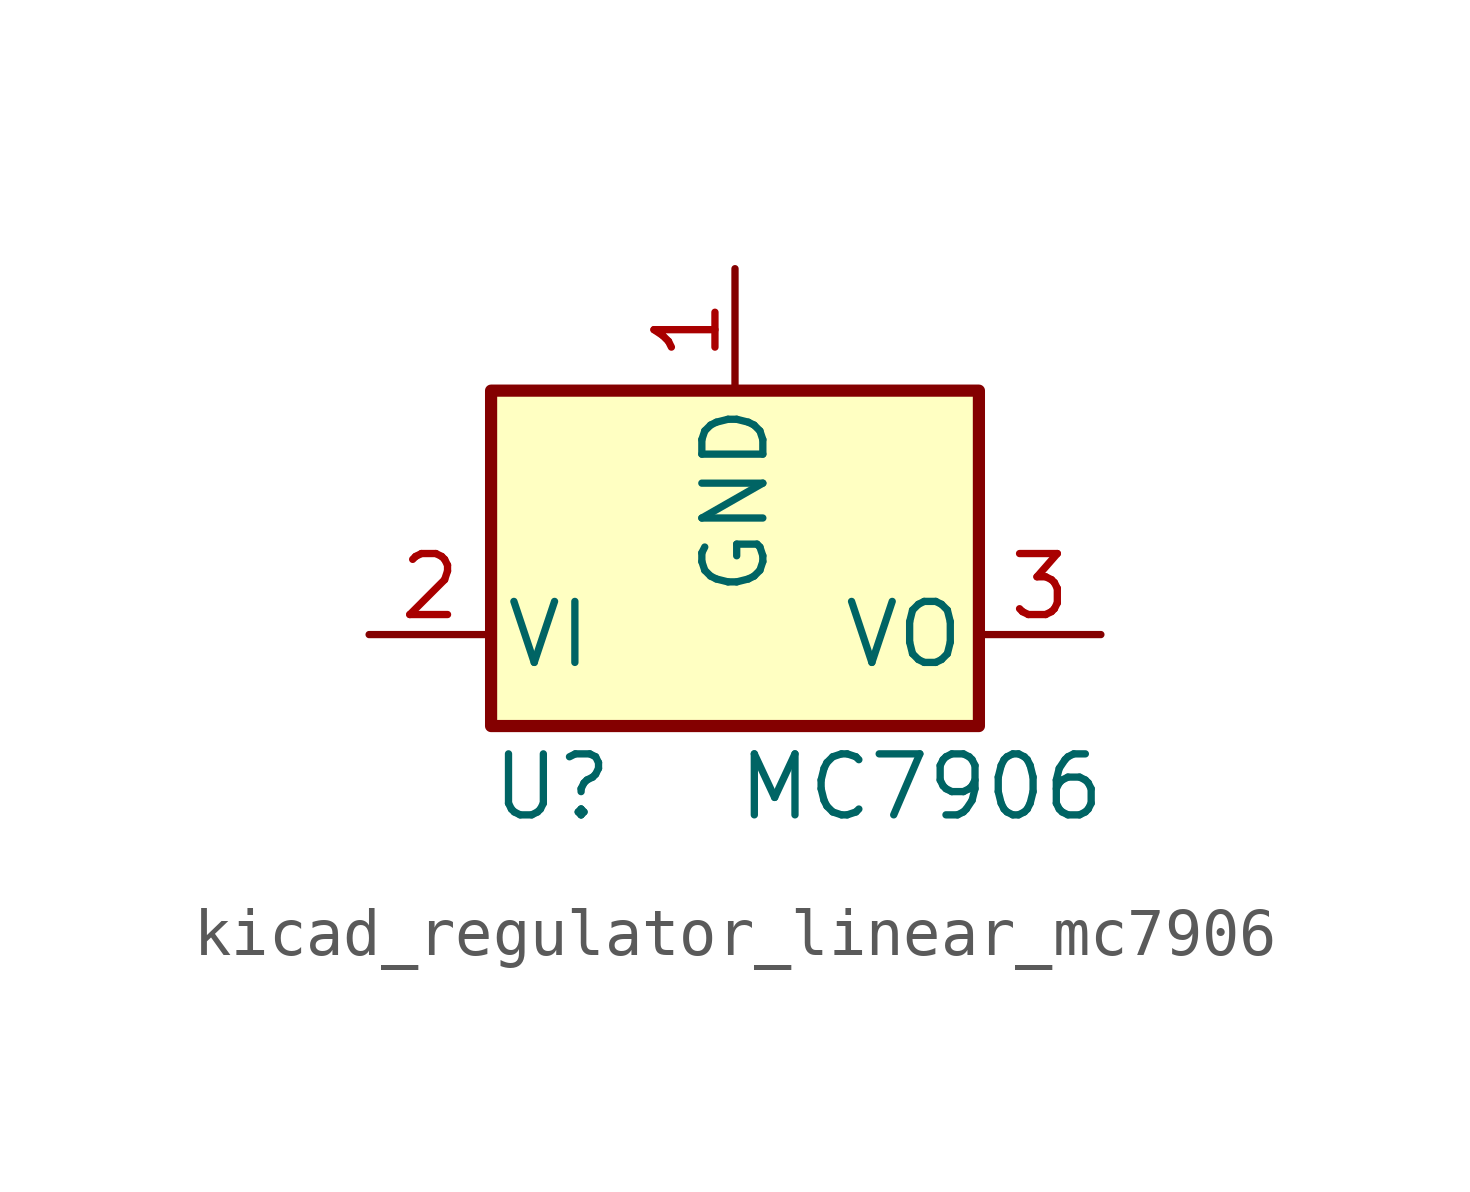
<source format=kicad_sym>
(kicad_symbol_lib
  (version 20220914)
  (generator kicad_symbol_editor)
  (symbol "kicad_regulator_linear_mc7906"
    (pin_names
      (offset 0.254))
    (property "Reference" "U"
      (at -3.81 -3.175 0)
      (effects (font (size 1.27 1.27))))
    (property "Value" "MC7906"
      (at 0 -3.175 0)
      (effects (font (size 1.27 1.27)) (justify left)))
    (symbol "kicad_regulator_linear_mc7906_0_1"
      (rectangle (start -5.08 5.08) (end 5.08 -1.905) (stroke (width 0.254) (type default)) (fill (type background))))
    (symbol "kicad_regulator_linear_mc7906_1_1"
      (pin power_in line (at 0 7.62 270) (length 2.54) (name "GND" (effects (font (size 1.27 1.27)))) (number "1" (effects (font (size 1.27 1.27)))))
      (pin power_in line (at -7.62 0 0) (length 2.54) (name "VI" (effects (font (size 1.27 1.27)))) (number "2" (effects (font (size 1.27 1.27)))))
      (pin power_out line (at 7.62 0 180) (length 2.54) (name "VO" (effects (font (size 1.27 1.27)))) (number "3" (effects (font (size 1.27 1.27))))))))
</source>
